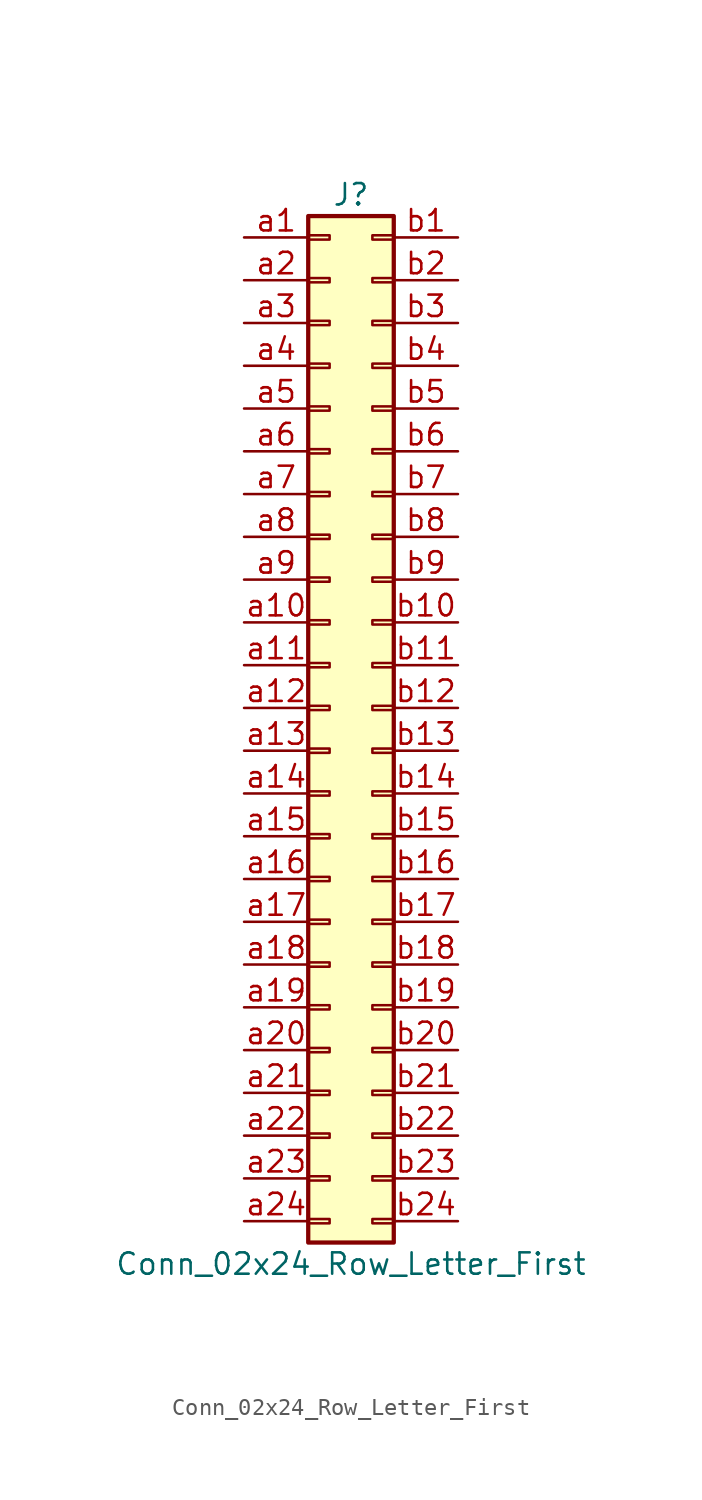
<source format=kicad_sym>
(kicad_symbol_lib
  (version 20201005)
  (generator kicad_symbol_editor)
  (symbol "Connector_Generic:Conn_02x24_Row_Letter_First"
    (pin_names
      (offset 1.016) hide)
    (property "Reference" "J"
      (at 1.27 30.48 0)
      (effects (font (size 1.27 1.27))))
    (property "Value" "Conn_02x24_Row_Letter_First"
      (at 1.27 -33.02 0)
      (effects (font (size 1.27 1.27))))
    (symbol "Conn_02x24_Row_Letter_First_1_1"
      (rectangle (start -1.27 -27.813) (end 0 -28.067) (stroke (width 0.152)) (fill (type none)))
      (rectangle (start -1.27 -30.353) (end 0 -30.607) (stroke (width 0.152)) (fill (type none)))
      (rectangle (start -1.27 -4.953) (end 0 -5.207) (stroke (width 0.152)) (fill (type none)))
      (rectangle (start -1.27 -7.493) (end 0 -7.747) (stroke (width 0.152)) (fill (type none)))
      (rectangle (start -1.27 -10.033) (end 0 -10.287) (stroke (width 0.152)) (fill (type none)))
      (rectangle (start -1.27 -12.573) (end 0 -12.827) (stroke (width 0.152)) (fill (type none)))
      (rectangle (start -1.27 -15.113) (end 0 -15.367) (stroke (width 0.152)) (fill (type none)))
      (rectangle (start -1.27 -17.653) (end 0 -17.907) (stroke (width 0.152)) (fill (type none)))
      (rectangle (start -1.27 -20.193) (end 0 -20.447) (stroke (width 0.152)) (fill (type none)))
      (rectangle (start -1.27 -22.733) (end 0 -22.987) (stroke (width 0.152)) (fill (type none)))
      (rectangle (start -1.27 -2.413) (end 0 -2.667) (stroke (width 0.152)) (fill (type none)))
      (rectangle (start -1.27 -25.273) (end 0 -25.527) (stroke (width 0.152)) (fill (type none)))
      (rectangle (start -1.27 25.527) (end 0 25.273) (stroke (width 0.152)) (fill (type none)))
      (rectangle (start -1.27 2.667) (end 0 2.413) (stroke (width 0.152)) (fill (type none)))
      (rectangle (start -1.27 28.067) (end 0 27.813) (stroke (width 0.152)) (fill (type none)))
      (rectangle (start -1.27 29.21) (end 3.81 -31.75) (stroke (width 0.254)) (fill (type background)))
      (rectangle (start -1.27 5.207) (end 0 4.953) (stroke (width 0.152)) (fill (type none)))
      (rectangle (start -1.27 7.747) (end 0 7.493) (stroke (width 0.152)) (fill (type none)))
      (rectangle (start -1.27 10.287) (end 0 10.033) (stroke (width 0.152)) (fill (type none)))
      (rectangle (start -1.27 0.127) (end 0 -0.127) (stroke (width 0.152)) (fill (type none)))
      (rectangle (start -1.27 12.827) (end 0 12.573) (stroke (width 0.152)) (fill (type none)))
      (rectangle (start -1.27 15.367) (end 0 15.113) (stroke (width 0.152)) (fill (type none)))
      (rectangle (start -1.27 17.907) (end 0 17.653) (stroke (width 0.152)) (fill (type none)))
      (rectangle (start -1.27 20.447) (end 0 20.193) (stroke (width 0.152)) (fill (type none)))
      (rectangle (start -1.27 22.987) (end 0 22.733) (stroke (width 0.152)) (fill (type none)))
      (rectangle (start 3.81 -27.813) (end 2.54 -28.067) (stroke (width 0.152)) (fill (type none)))
      (rectangle (start 3.81 -30.353) (end 2.54 -30.607) (stroke (width 0.152)) (fill (type none)))
      (rectangle (start 3.81 -4.953) (end 2.54 -5.207) (stroke (width 0.152)) (fill (type none)))
      (rectangle (start 3.81 -7.493) (end 2.54 -7.747) (stroke (width 0.152)) (fill (type none)))
      (rectangle (start 3.81 -10.033) (end 2.54 -10.287) (stroke (width 0.152)) (fill (type none)))
      (rectangle (start 3.81 -12.573) (end 2.54 -12.827) (stroke (width 0.152)) (fill (type none)))
      (rectangle (start 3.81 -15.113) (end 2.54 -15.367) (stroke (width 0.152)) (fill (type none)))
      (rectangle (start 3.81 -17.653) (end 2.54 -17.907) (stroke (width 0.152)) (fill (type none)))
      (rectangle (start 3.81 -20.193) (end 2.54 -20.447) (stroke (width 0.152)) (fill (type none)))
      (rectangle (start 3.81 -22.733) (end 2.54 -22.987) (stroke (width 0.152)) (fill (type none)))
      (rectangle (start 3.81 -2.413) (end 2.54 -2.667) (stroke (width 0.152)) (fill (type none)))
      (rectangle (start 3.81 -25.273) (end 2.54 -25.527) (stroke (width 0.152)) (fill (type none)))
      (rectangle (start 3.81 25.527) (end 2.54 25.273) (stroke (width 0.152)) (fill (type none)))
      (rectangle (start 3.81 2.667) (end 2.54 2.413) (stroke (width 0.152)) (fill (type none)))
      (rectangle (start 3.81 28.067) (end 2.54 27.813) (stroke (width 0.152)) (fill (type none)))
      (rectangle (start 3.81 5.207) (end 2.54 4.953) (stroke (width 0.152)) (fill (type none)))
      (rectangle (start 3.81 7.747) (end 2.54 7.493) (stroke (width 0.152)) (fill (type none)))
      (rectangle (start 3.81 10.287) (end 2.54 10.033) (stroke (width 0.152)) (fill (type none)))
      (rectangle (start 3.81 0.127) (end 2.54 -0.127) (stroke (width 0.152)) (fill (type none)))
      (rectangle (start 3.81 12.827) (end 2.54 12.573) (stroke (width 0.152)) (fill (type none)))
      (rectangle (start 3.81 15.367) (end 2.54 15.113) (stroke (width 0.152)) (fill (type none)))
      (rectangle (start 3.81 17.907) (end 2.54 17.653) (stroke (width 0.152)) (fill (type none)))
      (rectangle (start 3.81 20.447) (end 2.54 20.193) (stroke (width 0.152)) (fill (type none)))
      (rectangle (start 3.81 22.987) (end 2.54 22.733) (stroke (width 0.152)) (fill (type none)))
      (pin passive line (at -5.08 27.94 0) (length 3.81) (name "Pin_a1" (effects (font (size 1.27 1.27)))) (number "a1" (effects (font (size 1.27 1.27)))))
      (pin passive line (at -5.08 5.08 0) (length 3.81) (name "Pin_a10" (effects (font (size 1.27 1.27)))) (number "a10" (effects (font (size 1.27 1.27)))))
      (pin passive line (at -5.08 2.54 0) (length 3.81) (name "Pin_a11" (effects (font (size 1.27 1.27)))) (number "a11" (effects (font (size 1.27 1.27)))))
      (pin passive line (at -5.08 0 0) (length 3.81) (name "Pin_a12" (effects (font (size 1.27 1.27)))) (number "a12" (effects (font (size 1.27 1.27)))))
      (pin passive line (at -5.08 -2.54 0) (length 3.81) (name "Pin_a13" (effects (font (size 1.27 1.27)))) (number "a13" (effects (font (size 1.27 1.27)))))
      (pin passive line (at -5.08 -5.08 0) (length 3.81) (name "Pin_a14" (effects (font (size 1.27 1.27)))) (number "a14" (effects (font (size 1.27 1.27)))))
      (pin passive line (at -5.08 -7.62 0) (length 3.81) (name "Pin_a15" (effects (font (size 1.27 1.27)))) (number "a15" (effects (font (size 1.27 1.27)))))
      (pin passive line (at -5.08 -10.16 0) (length 3.81) (name "Pin_a16" (effects (font (size 1.27 1.27)))) (number "a16" (effects (font (size 1.27 1.27)))))
      (pin passive line (at -5.08 -12.7 0) (length 3.81) (name "Pin_a17" (effects (font (size 1.27 1.27)))) (number "a17" (effects (font (size 1.27 1.27)))))
      (pin passive line (at -5.08 -15.24 0) (length 3.81) (name "Pin_a18" (effects (font (size 1.27 1.27)))) (number "a18" (effects (font (size 1.27 1.27)))))
      (pin passive line (at -5.08 -17.78 0) (length 3.81) (name "Pin_a19" (effects (font (size 1.27 1.27)))) (number "a19" (effects (font (size 1.27 1.27)))))
      (pin passive line (at -5.08 25.4 0) (length 3.81) (name "Pin_a2" (effects (font (size 1.27 1.27)))) (number "a2" (effects (font (size 1.27 1.27)))))
      (pin passive line (at -5.08 -20.32 0) (length 3.81) (name "Pin_a20" (effects (font (size 1.27 1.27)))) (number "a20" (effects (font (size 1.27 1.27)))))
      (pin passive line (at -5.08 -22.86 0) (length 3.81) (name "Pin_a21" (effects (font (size 1.27 1.27)))) (number "a21" (effects (font (size 1.27 1.27)))))
      (pin passive line (at -5.08 -25.4 0) (length 3.81) (name "Pin_a22" (effects (font (size 1.27 1.27)))) (number "a22" (effects (font (size 1.27 1.27)))))
      (pin passive line (at -5.08 -27.94 0) (length 3.81) (name "Pin_a23" (effects (font (size 1.27 1.27)))) (number "a23" (effects (font (size 1.27 1.27)))))
      (pin passive line (at -5.08 -30.48 0) (length 3.81) (name "Pin_a24" (effects (font (size 1.27 1.27)))) (number "a24" (effects (font (size 1.27 1.27)))))
      (pin passive line (at -5.08 22.86 0) (length 3.81) (name "Pin_a3" (effects (font (size 1.27 1.27)))) (number "a3" (effects (font (size 1.27 1.27)))))
      (pin passive line (at -5.08 20.32 0) (length 3.81) (name "Pin_a4" (effects (font (size 1.27 1.27)))) (number "a4" (effects (font (size 1.27 1.27)))))
      (pin passive line (at -5.08 17.78 0) (length 3.81) (name "Pin_a5" (effects (font (size 1.27 1.27)))) (number "a5" (effects (font (size 1.27 1.27)))))
      (pin passive line (at -5.08 15.24 0) (length 3.81) (name "Pin_a6" (effects (font (size 1.27 1.27)))) (number "a6" (effects (font (size 1.27 1.27)))))
      (pin passive line (at -5.08 12.7 0) (length 3.81) (name "Pin_a7" (effects (font (size 1.27 1.27)))) (number "a7" (effects (font (size 1.27 1.27)))))
      (pin passive line (at -5.08 10.16 0) (length 3.81) (name "Pin_a8" (effects (font (size 1.27 1.27)))) (number "a8" (effects (font (size 1.27 1.27)))))
      (pin passive line (at -5.08 7.62 0) (length 3.81) (name "Pin_a9" (effects (font (size 1.27 1.27)))) (number "a9" (effects (font (size 1.27 1.27)))))
      (pin passive line (at 7.62 27.94 180) (length 3.81) (name "Pin_b1" (effects (font (size 1.27 1.27)))) (number "b1" (effects (font (size 1.27 1.27)))))
      (pin passive line (at 7.62 5.08 180) (length 3.81) (name "Pin_b10" (effects (font (size 1.27 1.27)))) (number "b10" (effects (font (size 1.27 1.27)))))
      (pin passive line (at 7.62 2.54 180) (length 3.81) (name "Pin_b11" (effects (font (size 1.27 1.27)))) (number "b11" (effects (font (size 1.27 1.27)))))
      (pin passive line (at 7.62 0 180) (length 3.81) (name "Pin_b12" (effects (font (size 1.27 1.27)))) (number "b12" (effects (font (size 1.27 1.27)))))
      (pin passive line (at 7.62 -2.54 180) (length 3.81) (name "Pin_b13" (effects (font (size 1.27 1.27)))) (number "b13" (effects (font (size 1.27 1.27)))))
      (pin passive line (at 7.62 -5.08 180) (length 3.81) (name "Pin_b14" (effects (font (size 1.27 1.27)))) (number "b14" (effects (font (size 1.27 1.27)))))
      (pin passive line (at 7.62 -7.62 180) (length 3.81) (name "Pin_b15" (effects (font (size 1.27 1.27)))) (number "b15" (effects (font (size 1.27 1.27)))))
      (pin passive line (at 7.62 -10.16 180) (length 3.81) (name "Pin_b16" (effects (font (size 1.27 1.27)))) (number "b16" (effects (font (size 1.27 1.27)))))
      (pin passive line (at 7.62 -12.7 180) (length 3.81) (name "Pin_b17" (effects (font (size 1.27 1.27)))) (number "b17" (effects (font (size 1.27 1.27)))))
      (pin passive line (at 7.62 -15.24 180) (length 3.81) (name "Pin_b18" (effects (font (size 1.27 1.27)))) (number "b18" (effects (font (size 1.27 1.27)))))
      (pin passive line (at 7.62 -17.78 180) (length 3.81) (name "Pin_b19" (effects (font (size 1.27 1.27)))) (number "b19" (effects (font (size 1.27 1.27)))))
      (pin passive line (at 7.62 25.4 180) (length 3.81) (name "Pin_b2" (effects (font (size 1.27 1.27)))) (number "b2" (effects (font (size 1.27 1.27)))))
      (pin passive line (at 7.62 -20.32 180) (length 3.81) (name "Pin_b20" (effects (font (size 1.27 1.27)))) (number "b20" (effects (font (size 1.27 1.27)))))
      (pin passive line (at 7.62 -22.86 180) (length 3.81) (name "Pin_b21" (effects (font (size 1.27 1.27)))) (number "b21" (effects (font (size 1.27 1.27)))))
      (pin passive line (at 7.62 -25.4 180) (length 3.81) (name "Pin_b22" (effects (font (size 1.27 1.27)))) (number "b22" (effects (font (size 1.27 1.27)))))
      (pin passive line (at 7.62 -27.94 180) (length 3.81) (name "Pin_b23" (effects (font (size 1.27 1.27)))) (number "b23" (effects (font (size 1.27 1.27)))))
      (pin passive line (at 7.62 -30.48 180) (length 3.81) (name "Pin_b24" (effects (font (size 1.27 1.27)))) (number "b24" (effects (font (size 1.27 1.27)))))
      (pin passive line (at 7.62 22.86 180) (length 3.81) (name "Pin_b3" (effects (font (size 1.27 1.27)))) (number "b3" (effects (font (size 1.27 1.27)))))
      (pin passive line (at 7.62 20.32 180) (length 3.81) (name "Pin_b4" (effects (font (size 1.27 1.27)))) (number "b4" (effects (font (size 1.27 1.27)))))
      (pin passive line (at 7.62 17.78 180) (length 3.81) (name "Pin_b5" (effects (font (size 1.27 1.27)))) (number "b5" (effects (font (size 1.27 1.27)))))
      (pin passive line (at 7.62 15.24 180) (length 3.81) (name "Pin_b6" (effects (font (size 1.27 1.27)))) (number "b6" (effects (font (size 1.27 1.27)))))
      (pin passive line (at 7.62 12.7 180) (length 3.81) (name "Pin_b7" (effects (font (size 1.27 1.27)))) (number "b7" (effects (font (size 1.27 1.27)))))
      (pin passive line (at 7.62 10.16 180) (length 3.81) (name "Pin_b8" (effects (font (size 1.27 1.27)))) (number "b8" (effects (font (size 1.27 1.27)))))
      (pin passive line (at 7.62 7.62 180) (length 3.81) (name "Pin_b9" (effects (font (size 1.27 1.27)))) (number "b9" (effects (font (size 1.27 1.27))))))))
</source>
